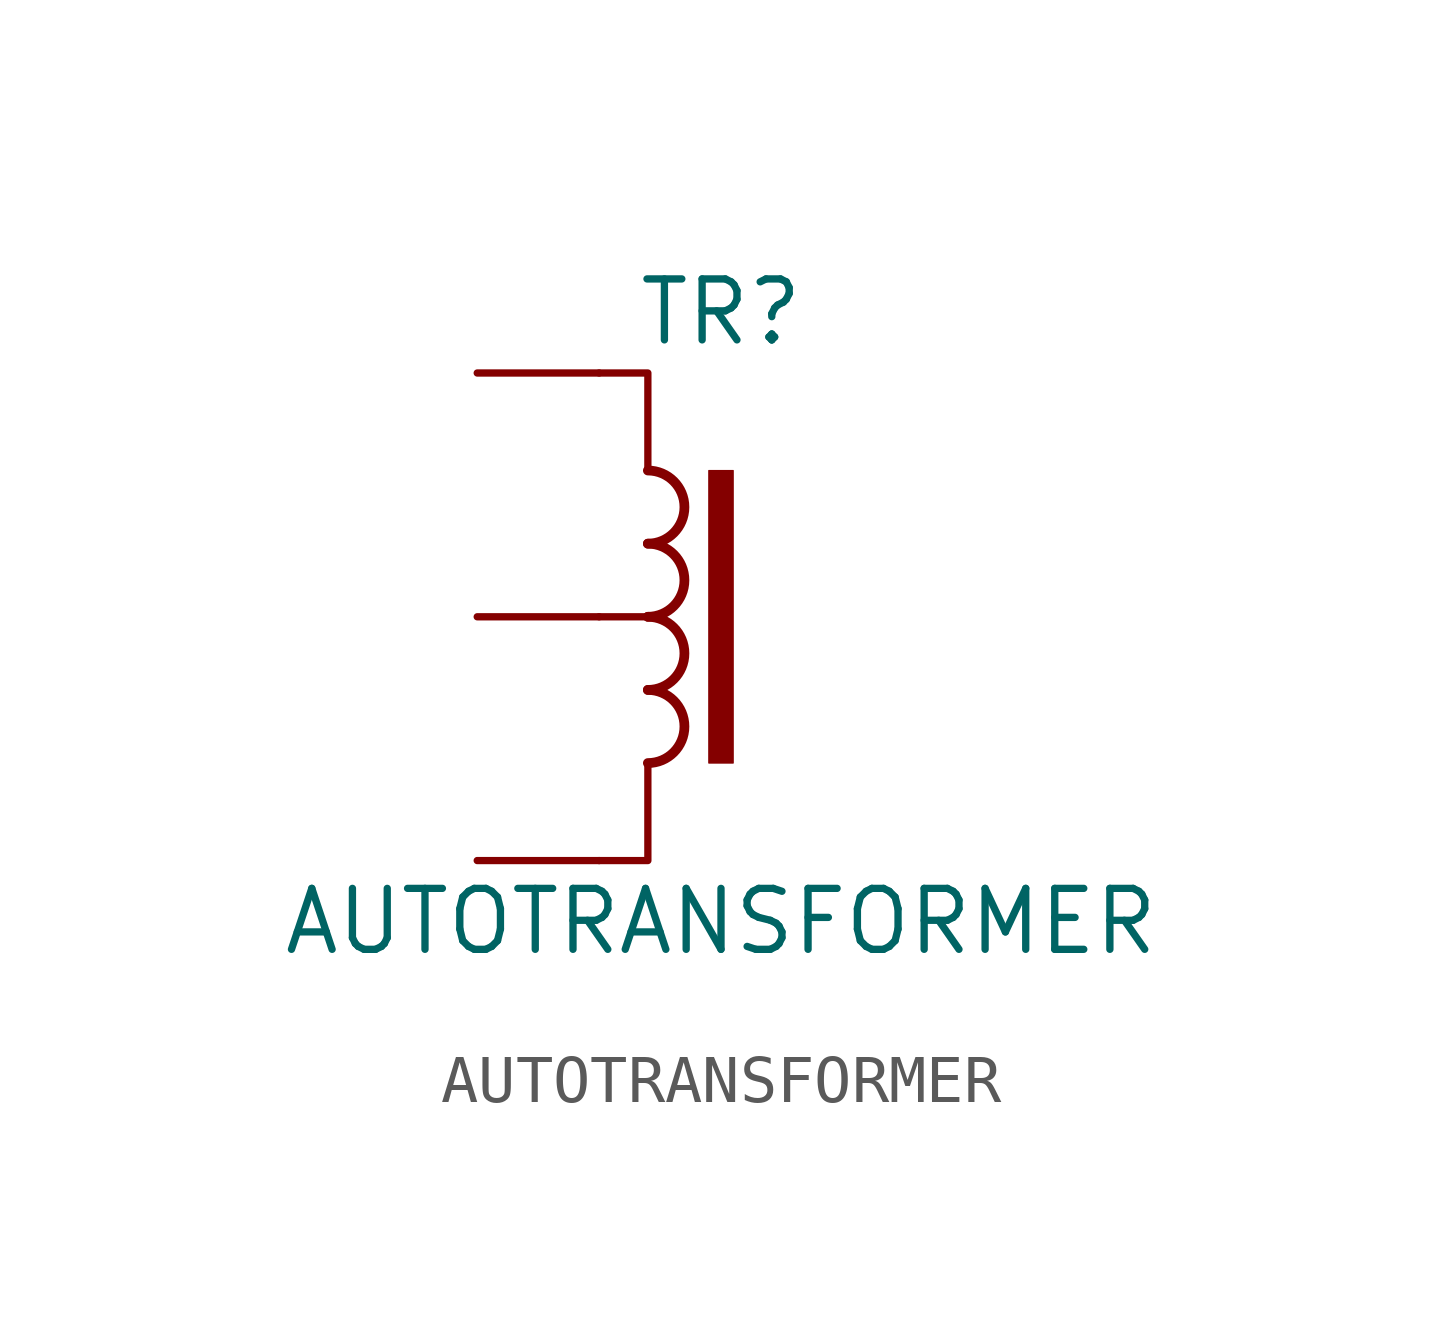
<source format=kicad_sym>
(kicad_symbol_lib
  (version 20241209)
  (generator "kicad_symbol_editor")
  (generator_version "9.0")
  (symbol "AUTOTRANSFORMER"
    (pin_numbers
      (hide yes))
    (pin_names
      (offset 0))
    (property "Reference" "TR"
      (at 0 6.35 0)
      (effects (font (size 1.27 1.27))))
    (property "Value" "AUTOTRANSFORMER"
      (at 0 -6.35 0)
      (effects (font (size 1.27 1.27))))
    (symbol "AUTOTRANSFORMER_0_1"
      (polyline (pts (xy -2.54 5.08) (xy -1.524 5.08) (xy -1.524 3.048)) (stroke (width 0.152) (type default)) (fill (type none)))
      (arc (start -1.524 3.048) (mid -0.7653 2.286) (end -1.524 1.524) (stroke (width 0.2032) (type default)) (fill (type none)))
      (arc (start -1.524 1.524) (mid -0.7653 0.762) (end -1.524 0) (stroke (width 0.2032) (type default)) (fill (type none)))
      (arc (start -1.524 0) (mid -0.7653 -0.762) (end -1.524 -1.524) (stroke (width 0.2032) (type default)) (fill (type none)))
      (arc (start -1.524 -1.524) (mid -0.7653 -2.286) (end -1.524 -3.048) (stroke (width 0.2032) (type default)) (fill (type none)))
      (polyline (pts (xy -1.524 0) (xy -2.54 0)) (stroke (width 0) (type default)) (fill (type outline)))
      (polyline (pts (xy -1.524 -3.048) (xy -1.524 -5.08) (xy -2.54 -5.08)) (stroke (width 0.152) (type default)) (fill (type none)))
      (rectangle (start -0.254 3.048) (end 0.254 -3.048) (stroke (width 0.025) (type default)) (fill (type outline))))
    (symbol "AUTOTRANSFORMER_1_1"
      (pin passive line (at -5.08 5.08 0) (length 2.54) (name "~" (effects (font (size 1.27 1.27)))) (number "1" (effects (font (size 1.27 1.27)))))
      (pin passive line (at -5.08 0 0) (length 2.54) (name "~" (effects (font (size 1.27 1.27)))) (number "2" (effects (font (size 1.27 1.27)))))
      (pin passive line (at -5.08 -5.08 0) (length 2.54) (name "~" (effects (font (size 1.27 1.27)))) (number "3" (effects (font (size 1.27 1.27))))))))
</source>
